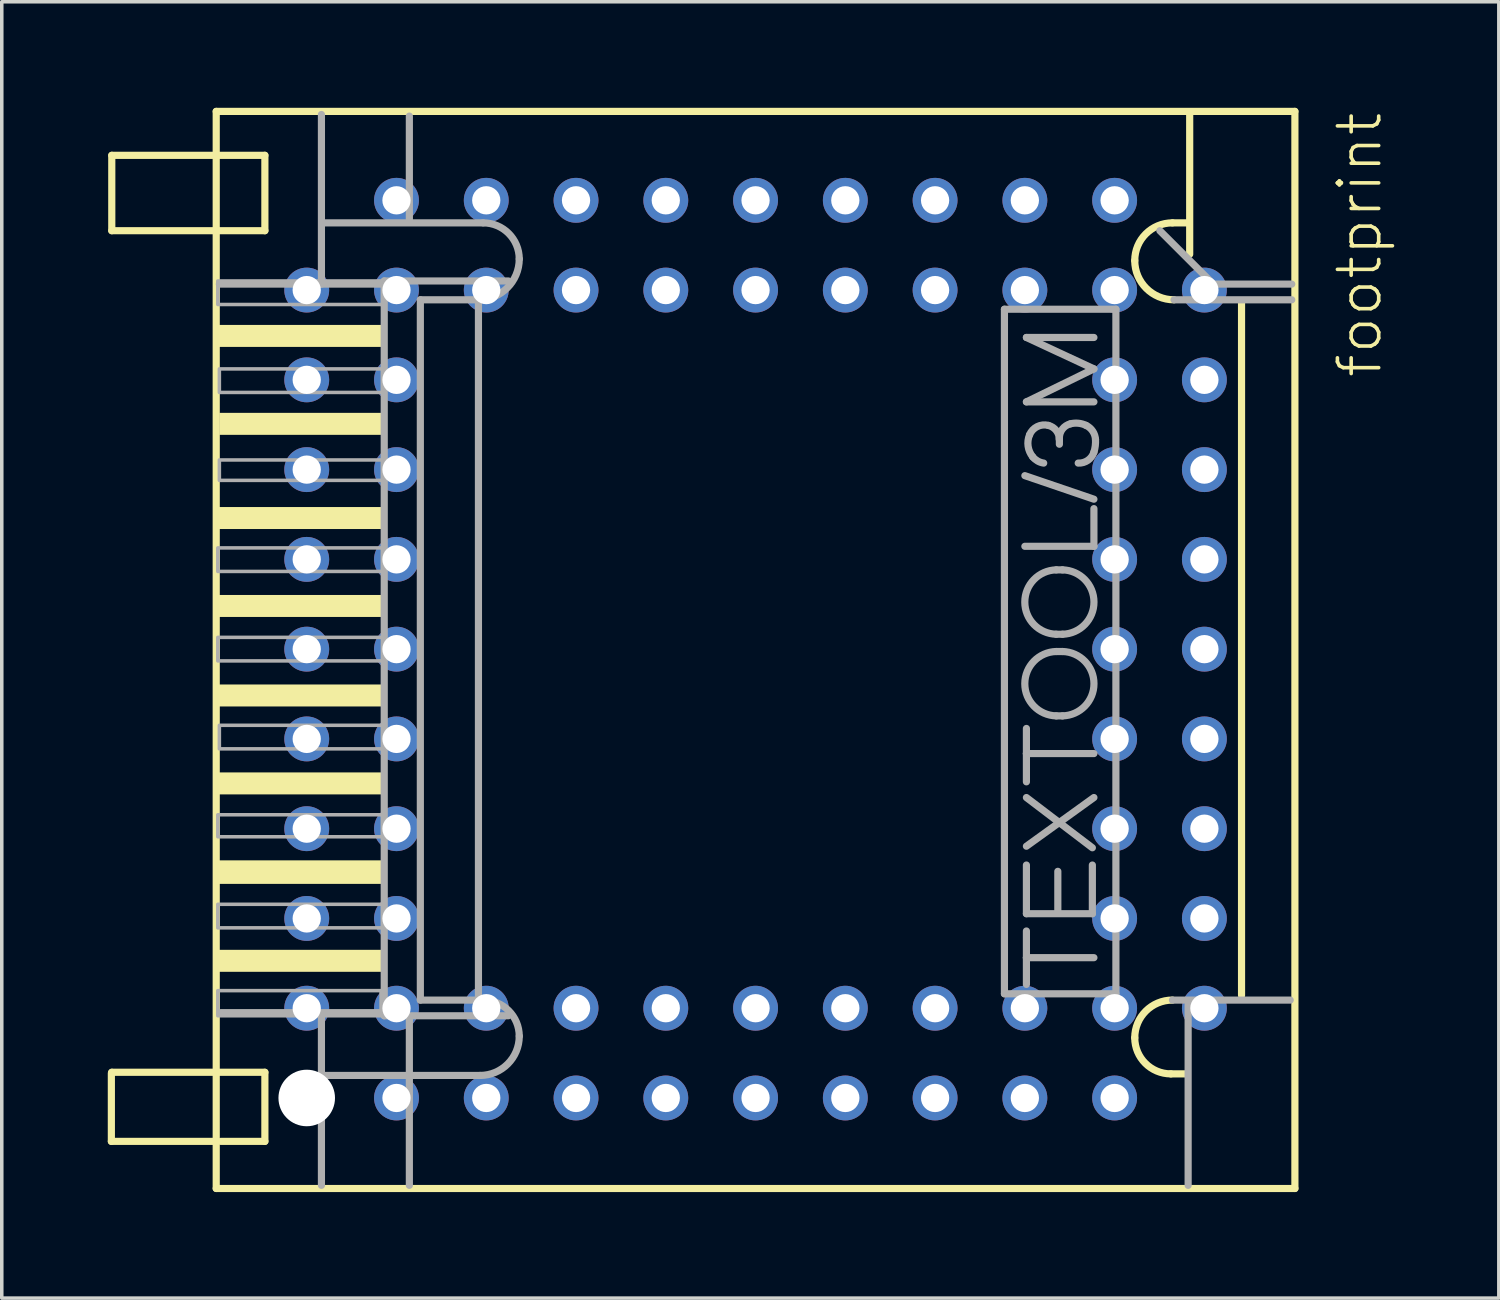
<source format=kicad_pcb>
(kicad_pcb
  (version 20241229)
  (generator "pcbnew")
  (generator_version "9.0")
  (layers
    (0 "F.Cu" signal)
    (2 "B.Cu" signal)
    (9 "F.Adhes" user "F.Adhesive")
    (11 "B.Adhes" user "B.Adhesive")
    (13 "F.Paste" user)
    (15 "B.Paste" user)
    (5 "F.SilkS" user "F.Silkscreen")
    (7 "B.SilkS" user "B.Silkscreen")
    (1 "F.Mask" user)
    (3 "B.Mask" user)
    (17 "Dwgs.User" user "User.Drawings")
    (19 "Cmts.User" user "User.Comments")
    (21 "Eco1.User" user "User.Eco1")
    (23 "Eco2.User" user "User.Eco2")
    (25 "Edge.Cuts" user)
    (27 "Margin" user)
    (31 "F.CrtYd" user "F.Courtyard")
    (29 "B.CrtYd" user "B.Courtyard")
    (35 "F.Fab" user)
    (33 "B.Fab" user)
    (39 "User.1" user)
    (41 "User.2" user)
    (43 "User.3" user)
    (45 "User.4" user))
  (footprint "footprint"
    (layer "F.Cu")
    (at 18.329 15.318)
    (property "Reference" "footprint" (at 17.78 -7.62 90) (layer "F.SilkS") (effects (font (size 1.168 1.168) (thickness 0.102)) (justify left bottom)))
    (fp_line (start -18.228 13.928) (end -18.228 12) (stroke (width 0.203) (type solid)) (layer "F.SilkS"))
    (fp_line (start -18.228 13.928) (end -15.334 13.928) (stroke (width 0.203) (type solid)) (layer "F.SilkS"))
    (fp_line (start -18.216 -11.84) (end -18.216 -13.973) (stroke (width 0.203) (type solid)) (layer "F.SilkS"))
    (fp_line (start -18.216 -11.84) (end -15.334 -11.84) (stroke (width 0.203) (type solid)) (layer "F.SilkS"))
    (fp_line (start -18.216 12) (end -18.216 11.973) (stroke (width 0.203) (type solid)) (layer "F.SilkS"))
    (fp_line (start -15.334 -13.973) (end -18.216 -13.973) (stroke (width 0.203) (type solid)) (layer "F.SilkS"))
    (fp_line (start -15.334 11.973) (end -18.216 11.973) (stroke (width 0.203) (type solid)) (layer "F.SilkS"))
    (fp_line (start -15.261 -15.216) (end 15.261 -15.216) (stroke (width 0.203) (type solid)) (layer "F.SilkS"))
    (fp_line (start -15.261 15.261) (end -15.261 -15.216) (stroke (width 0.203) (type solid)) (layer "F.SilkS"))
    (fp_line (start -15.216 -11.84) (end -13.884 -11.84) (stroke (width 0.203) (type solid)) (layer "F.SilkS"))
    (fp_line (start -15.128 13.928) (end -13.884 13.928) (stroke (width 0.203) (type solid)) (layer "F.SilkS"))
    (fp_line (start -13.884 -13.973) (end -15.216 -13.973) (stroke (width 0.203) (type solid)) (layer "F.SilkS"))
    (fp_line (start -13.884 -11.84) (end -13.884 -13.973) (stroke (width 0.203) (type solid)) (layer "F.SilkS"))
    (fp_line (start -13.884 11.973) (end -15.216 11.973) (stroke (width 0.203) (type solid)) (layer "F.SilkS"))
    (fp_line (start -13.884 13.928) (end -13.884 11.973) (stroke (width 0.203) (type solid)) (layer "F.SilkS"))
    (fp_line (start 11.751 12.018) (end 12.196 12.018) (stroke (width 0.203) (type solid)) (layer "F.SilkS"))
    (fp_line (start 11.796 -12.062) (end 12.24 -12.062) (stroke (width 0.203) (type solid)) (layer "F.SilkS"))
    (fp_line (start 12.284 -15.128) (end 12.284 -11.174) (stroke (width 0.203) (type solid)) (layer "F.SilkS"))
    (fp_line (start 13.751 -9.796) (end 13.751 9.796) (stroke (width 0.203) (type solid)) (layer "F.SilkS"))
    (fp_line (start 15.261 -15.216) (end 15.261 15.261) (stroke (width 0.203) (type solid)) (layer "F.SilkS"))
    (fp_line (start 15.261 15.261) (end -15.261 15.261) (stroke (width 0.203) (type solid)) (layer "F.SilkS"))
    (fp_arc (start 10.7295 -10.9958) (mid 11.041842 -11.749758) (end 11.795801 -12.062099) (stroke (width 0.2032) (type solid)) (layer "F.SilkS"))
    (fp_arc (start 10.7295 10.996098) (mid 11.041783 10.242082) (end 11.7958 9.9298) (stroke (width 0.2032) (type solid)) (layer "F.SilkS"))
    (fp_arc (start 11.7513 12.0179) (mid 11.028778 11.718622) (end 10.7295 10.9961) (stroke (width 0.2032) (type solid)) (layer "F.SilkS"))
    (fp_arc (start 11.8402 -9.8851) (mid 11.054788 -10.210386) (end 10.7295 -10.995798) (stroke (width 0.2032) (type solid)) (layer "F.SilkS"))
    (fp_poly (pts (xy -10.552 -8.552) (xy -10.552 -9.174) (xy -15.216 -9.174) (xy -15.216 -8.552)) (stroke (width 0) (type solid)) (fill yes) (layer "F.SilkS"))
    (fp_poly (pts (xy -10.552 -6.064) (xy -10.552 -6.686) (xy -15.172 -6.686) (xy -15.172 -6.064)) (stroke (width 0) (type solid)) (fill yes) (layer "F.SilkS"))
    (fp_poly (pts (xy -10.552 -0.911) (xy -10.552 -1.533) (xy -15.216 -1.533) (xy -15.216 -0.911)) (stroke (width 0) (type solid)) (fill yes) (layer "F.SilkS"))
    (fp_poly (pts (xy -10.552 4.11) (xy -10.552 3.488) (xy -15.216 3.488) (xy -15.216 4.11)) (stroke (width 0) (type solid)) (fill yes) (layer "F.SilkS"))
    (fp_poly (pts (xy -10.552 6.642) (xy -10.552 5.976) (xy -15.216 5.976) (xy -15.216 6.642)) (stroke (width 0) (type solid)) (fill yes) (layer "F.SilkS"))
    (fp_poly (pts (xy -10.552 9.13) (xy -10.552 8.508) (xy -15.216 8.508) (xy -15.216 9.13)) (stroke (width 0) (type solid)) (fill yes) (layer "F.SilkS"))
    (fp_poly (pts (xy -10.507 -3.399) (xy -10.507 -4.021) (xy -15.216 -4.021) (xy -15.216 -3.399)) (stroke (width 0) (type solid)) (fill yes) (layer "F.SilkS"))
    (fp_poly (pts (xy -10.507 1.622) (xy -10.507 1) (xy -15.216 1) (xy -15.216 1.622)) (stroke (width 0) (type solid)) (fill yes) (layer "F.SilkS"))
    (fp_line (start -12.284 -15.128) (end -12.284 -10.329) (stroke (width 0.203) (type solid)) (layer "F.Fab"))
    (fp_line (start -12.284 15.172) (end -12.284 10.33) (stroke (width 0.203) (type solid)) (layer "F.Fab"))
    (fp_line (start -12.24 12.062) (end -7.797 12.062) (stroke (width 0.203) (type solid)) (layer "F.Fab"))
    (fp_line (start -10.596 -10.329) (end -15.172 -10.329) (stroke (width 0.203) (type solid)) (layer "F.Fab"))
    (fp_line (start -10.596 10.285) (end -15.128 10.285) (stroke (width 0.203) (type solid)) (layer "F.Fab"))
    (fp_line (start -10.507 -10.418) (end -10.507 10.374) (stroke (width 0.203) (type solid)) (layer "F.Fab"))
    (fp_line (start -10.507 10.374) (end -6.997 10.374) (stroke (width 0.203) (type solid)) (layer "F.Fab"))
    (fp_line (start -9.796 -12.151) (end -9.796 -15.083) (stroke (width 0.203) (type solid)) (layer "F.Fab"))
    (fp_line (start -9.796 15.172) (end -9.796 10.418) (stroke (width 0.203) (type solid)) (layer "F.Fab"))
    (fp_line (start -9.485 -9.885) (end -7.841 -9.885) (stroke (width 0.203) (type solid)) (layer "F.Fab"))
    (fp_line (start -9.485 9.93) (end -9.485 -9.885) (stroke (width 0.203) (type solid)) (layer "F.Fab"))
    (fp_line (start -7.841 9.841) (end -7.841 -9.796) (stroke (width 0.203) (type solid)) (layer "F.Fab"))
    (fp_line (start -7.708 -12.062) (end -12.195 -12.062) (stroke (width 0.203) (type solid)) (layer "F.Fab"))
    (fp_line (start -7.708 9.93) (end -9.485 9.93) (stroke (width 0.203) (type solid)) (layer "F.Fab"))
    (fp_line (start -6.997 -10.418) (end -10.507 -10.418) (stroke (width 0.203) (type solid)) (layer "F.Fab"))
    (fp_line (start 7.042 -9.618) (end 10.196 -9.618) (stroke (width 0.203) (type solid)) (layer "F.Fab"))
    (fp_line (start 7.042 9.752) (end 7.042 -9.618) (stroke (width 0.203) (type solid)) (layer "F.Fab"))
    (fp_line (start 7.62 -2.91) (end 9.574 -2.91) (stroke (width 0.203) (type solid)) (layer "F.Fab"))
    (fp_line (start 7.664 -8.819) (end 9.574 -8.819) (stroke (width 0.203) (type solid)) (layer "F.Fab"))
    (fp_line (start 7.664 -6.997) (end 9.574 -7.93) (stroke (width 0.203) (type solid)) (layer "F.Fab"))
    (fp_line (start 7.664 2.955) (end 7.664 2.244) (stroke (width 0.203) (type solid)) (layer "F.Fab"))
    (fp_line (start 7.664 2.955) (end 9.574 2.955) (stroke (width 0.203) (type solid)) (layer "F.Fab"))
    (fp_line (start 7.664 3.754) (end 7.664 2.955) (stroke (width 0.203) (type solid)) (layer "F.Fab"))
    (fp_line (start 7.664 4.199) (end 9.53 5.62) (stroke (width 0.203) (type solid)) (layer "F.Fab"))
    (fp_line (start 7.664 5.576) (end 9.574 4.199) (stroke (width 0.203) (type solid)) (layer "F.Fab"))
    (fp_line (start 7.664 6.109) (end 7.664 7.486) (stroke (width 0.203) (type solid)) (layer "F.Fab"))
    (fp_line (start 7.664 7.486) (end 9.53 7.486) (stroke (width 0.203) (type solid)) (layer "F.Fab"))
    (fp_line (start 7.664 8.73) (end 7.664 7.975) (stroke (width 0.203) (type solid)) (layer "F.Fab"))
    (fp_line (start 7.664 8.73) (end 9.574 8.73) (stroke (width 0.203) (type solid)) (layer "F.Fab"))
    (fp_line (start 7.664 9.486) (end 7.664 8.73) (stroke (width 0.203) (type solid)) (layer "F.Fab"))
    (fp_line (start 8.508 -2.243) (end 8.686 -2.243) (stroke (width 0.203) (type solid)) (layer "F.Fab"))
    (fp_line (start 8.508 0.067) (end 8.686 0.067) (stroke (width 0.203) (type solid)) (layer "F.Fab"))
    (fp_line (start 8.553 7.397) (end 8.553 6.287) (stroke (width 0.203) (type solid)) (layer "F.Fab"))
    (fp_line (start 8.597 -5.931) (end 8.597 -5.975) (stroke (width 0.203) (type solid)) (layer "F.Fab"))
    (fp_line (start 8.597 -5.798) (end 8.597 -5.931) (stroke (width 0.203) (type solid)) (layer "F.Fab"))
    (fp_line (start 8.686 -0.422) (end 8.508 -0.422) (stroke (width 0.203) (type solid)) (layer "F.Fab"))
    (fp_line (start 8.686 1.888) (end 8.508 1.888) (stroke (width 0.203) (type solid)) (layer "F.Fab"))
    (fp_line (start 9.53 7.486) (end 9.53 6.109) (stroke (width 0.203) (type solid)) (layer "F.Fab"))
    (fp_line (start 9.574 -7.93) (end 7.664 -8.819) (stroke (width 0.203) (type solid)) (layer "F.Fab"))
    (fp_line (start 9.574 -6.997) (end 7.664 -6.997) (stroke (width 0.203) (type solid)) (layer "F.Fab"))
    (fp_line (start 9.574 -4.243) (end 7.62 -4.909) (stroke (width 0.203) (type solid)) (layer "F.Fab"))
    (fp_line (start 9.574 -2.91) (end 9.574 -3.976) (stroke (width 0.203) (type solid)) (layer "F.Fab"))
    (fp_line (start 10.196 -9.618) (end 10.196 9.752) (stroke (width 0.203) (type solid)) (layer "F.Fab"))
    (fp_line (start 10.196 9.752) (end 7.042 9.752) (stroke (width 0.203) (type solid)) (layer "F.Fab"))
    (fp_line (start 12.24 15.172) (end 12.24 10.063) (stroke (width 0.203) (type solid)) (layer "F.Fab"))
    (fp_line (start 12.951 -10.329) (end 11.44 -11.84) (stroke (width 0.203) (type solid)) (layer "F.Fab"))
    (fp_line (start 15.128 9.93) (end 11.796 9.93) (stroke (width 0.203) (type solid)) (layer "F.Fab"))
    (fp_line (start 15.172 -10.329) (end 12.951 -10.329) (stroke (width 0.203) (type solid)) (layer "F.Fab"))
    (fp_line (start 15.172 -9.885) (end 11.84 -9.885) (stroke (width 0.203) (type solid)) (layer "F.Fab"))
    (fp_arc (start -7.708199 -12.062099) (mid -6.985637 -11.762762) (end -6.6863 -11.0402) (stroke (width 0.2032) (type solid)) (layer "F.Fab"))
    (fp_arc (start -7.7081 9.9298) (mid -6.985578 10.229078) (end -6.6863 10.9516) (stroke (width 0.2032) (type solid)) (layer "F.Fab"))
    (fp_arc (start -6.6863 -11.0402) (mid -7.024621 -10.223421) (end -7.8414 -9.8851) (stroke (width 0.2032) (type solid)) (layer "F.Fab"))
    (fp_arc (start -6.686299 10.951601) (mid -7.011645 11.736955) (end -7.797 12.0623) (stroke (width 0.2032) (type solid)) (layer "F.Fab"))
    (fp_arc (start 7.752798 -6.0643) (mid 7.969739 -6.296803) (end 8.2859 -6.3309) (stroke (width 0.2032) (type solid)) (layer "F.Fab"))
    (fp_arc (start 7.8417 -5.4423) (mid 7.711705 -5.741073) (end 7.7528 -6.0643) (stroke (width 0.2032) (type solid)) (layer "F.Fab"))
    (fp_arc (start 8.152699 -5.2646) (mid 7.980421 -5.324086) (end 7.8417 -5.4423) (stroke (width 0.2032) (type solid)) (layer "F.Fab"))
    (fp_arc (start 8.285899 -6.330901) (mid 8.510042 -6.184333) (end 8.5969 -5.931) (stroke (width 0.2032) (type solid)) (layer "F.Fab"))
    (fp_arc (start 8.5081 -0.4219) (mid 7.619278 -1.332649) (end 8.508098 -2.2434) (stroke (width 0.2032) (type solid)) (layer "F.Fab"))
    (fp_arc (start 8.5081 1.8883) (mid 7.619278 0.977551) (end 8.508098 0.0668) (stroke (width 0.2032) (type solid)) (layer "F.Fab"))
    (fp_arc (start 8.5969 -5.9754) (mid 8.683758 -6.228732) (end 8.9079 -6.3753) (stroke (width 0.2032) (type solid)) (layer "F.Fab"))
    (fp_arc (start 8.6858 -2.2434) (mid 9.574621 -1.33265) (end 8.6858 -0.4219) (stroke (width 0.2032) (type solid)) (layer "F.Fab"))
    (fp_arc (start 8.6858 0.0668) (mid 9.574621 0.97755) (end 8.6858 1.8883) (stroke (width 0.2032) (type solid)) (layer "F.Fab"))
    (fp_arc (start 8.9079 -6.3753) (mid 9.133953 -6.392148) (end 9.352201 -6.3309) (stroke (width 0.2032) (type solid)) (layer "F.Fab"))
    (fp_arc (start 9.3522 -6.3309) (mid 9.540326 -6.1675) (end 9.6188 -5.930999) (stroke (width 0.2032) (type solid)) (layer "F.Fab"))
    (fp_arc (start 9.5744 -5.5756) (mid 9.405401 -5.344168) (end 9.1301 -5.2646) (stroke (width 0.2032) (type solid)) (layer "F.Fab"))
    (fp_arc (start 9.6188 -5.931) (mid 9.612408 -5.751325) (end 9.5744 -5.5756) (stroke (width 0.2032) (type solid)) (layer "F.Fab"))
    (fp_poly (pts (xy -10.596 10.374) (xy -10.596 9.663) (xy -15.216 9.663) (xy -15.216 10.374)) (stroke (width 0.1) (type solid)) (fill no) (layer "F.Fab"))
    (fp_poly (pts (xy -10.552 -9.752) (xy -10.552 -10.418) (xy -15.216 -10.418) (xy -15.216 -9.752)) (stroke (width 0.1) (type solid)) (fill no) (layer "F.Fab"))
    (fp_poly (pts (xy -10.552 -7.264) (xy -10.552 -7.93) (xy -15.172 -7.93) (xy -15.172 -7.264)) (stroke (width 0.1) (type solid)) (fill no) (layer "F.Fab"))
    (fp_poly (pts (xy -10.552 -4.776) (xy -10.552 -5.353) (xy -15.172 -5.353) (xy -15.172 -4.776)) (stroke (width 0.1) (type solid)) (fill no) (layer "F.Fab"))
    (fp_poly (pts (xy -10.552 -2.199) (xy -10.552 -2.865) (xy -15.216 -2.865) (xy -15.216 -2.199)) (stroke (width 0.1) (type solid)) (fill no) (layer "F.Fab"))
    (fp_poly (pts (xy -10.552 5.309) (xy -10.552 4.687) (xy -15.216 4.687) (xy -15.216 5.309)) (stroke (width 0.1) (type solid)) (fill no) (layer "F.Fab"))
    (fp_poly (pts (xy -10.552 7.886) (xy -10.552 7.22) (xy -15.216 7.22) (xy -15.216 7.886)) (stroke (width 0.1) (type solid)) (fill no) (layer "F.Fab"))
    (fp_poly (pts (xy -10.507 0.333) (xy -10.507 -0.333) (xy -15.216 -0.333) (xy -15.216 0.333)) (stroke (width 0.1) (type solid)) (fill no) (layer "F.Fab"))
    (fp_poly (pts (xy -10.507 2.821) (xy -10.507 2.155) (xy -15.172 2.155) (xy -15.172 2.821)) (stroke (width 0.1) (type solid)) (fill no) (layer "F.Fab"))
    (pad "" np_thru_hole circle (at -12.7 12.7) (size 1.6 1.6) (drill 1.6) (layers "*.Cu" "*.Mask"))
    (pad "1" thru_hole circle (at 10.16 -12.7) (size 1.27 1.27) (drill 0.8) (layers "*.Cu" "*.Mask"))
    (pad "2" thru_hole circle (at 10.16 -10.16) (size 1.27 1.27) (drill 0.8) (layers "*.Cu" "*.Mask"))
    (pad "3" thru_hole circle (at 7.62 -12.7) (size 1.27 1.27) (drill 0.8) (layers "*.Cu" "*.Mask"))
    (pad "4" thru_hole circle (at 7.62 -10.16) (size 1.27 1.27) (drill 0.8) (layers "*.Cu" "*.Mask"))
    (pad "5" thru_hole circle (at 5.08 -12.7) (size 1.27 1.27) (drill 0.8) (layers "*.Cu" "*.Mask"))
    (pad "6" thru_hole circle (at 5.08 -10.16) (size 1.27 1.27) (drill 0.8) (layers "*.Cu" "*.Mask"))
    (pad "7" thru_hole circle (at 2.54 -12.7) (size 1.27 1.27) (drill 0.8) (layers "*.Cu" "*.Mask"))
    (pad "8" thru_hole circle (at 2.54 -10.16) (size 1.27 1.27) (drill 0.8) (layers "*.Cu" "*.Mask"))
    (pad "9" thru_hole circle (at 0 -12.7) (size 1.27 1.27) (drill 0.8) (layers "*.Cu" "*.Mask"))
    (pad "10" thru_hole circle (at 0 -10.16) (size 1.27 1.27) (drill 0.8) (layers "*.Cu" "*.Mask"))
    (pad "11" thru_hole circle (at -2.54 -12.7) (size 1.27 1.27) (drill 0.8) (layers "*.Cu" "*.Mask"))
    (pad "12" thru_hole circle (at -2.54 -10.16) (size 1.27 1.27) (drill 0.8) (layers "*.Cu" "*.Mask"))
    (pad "13" thru_hole circle (at -5.08 -12.7) (size 1.27 1.27) (drill 0.8) (layers "*.Cu" "*.Mask"))
    (pad "14" thru_hole circle (at -5.08 -10.16) (size 1.27 1.27) (drill 0.8) (layers "*.Cu" "*.Mask"))
    (pad "15" thru_hole circle (at -7.62 -12.7) (size 1.27 1.27) (drill 0.8) (layers "*.Cu" "*.Mask"))
    (pad "16" thru_hole circle (at -7.62 -10.16) (size 1.27 1.27) (drill 0.8) (layers "*.Cu" "*.Mask"))
    (pad "17" thru_hole circle (at -10.16 -12.7) (size 1.27 1.27) (drill 0.8) (layers "*.Cu" "*.Mask"))
    (pad "18" thru_hole circle (at -12.7 -10.16) (size 1.27 1.27) (drill 0.8) (layers "*.Cu" "*.Mask"))
    (pad "19" thru_hole circle (at -10.16 -10.16) (size 1.27 1.27) (drill 0.8) (layers "*.Cu" "*.Mask"))
    (pad "20" thru_hole circle (at -12.7 -7.62) (size 1.27 1.27) (drill 0.8) (layers "*.Cu" "*.Mask"))
    (pad "21" thru_hole circle (at -10.16 -7.62) (size 1.27 1.27) (drill 0.8) (layers "*.Cu" "*.Mask"))
    (pad "22" thru_hole circle (at -12.7 -5.08) (size 1.27 1.27) (drill 0.8) (layers "*.Cu" "*.Mask"))
    (pad "23" thru_hole circle (at -10.16 -5.08) (size 1.27 1.27) (drill 0.8) (layers "*.Cu" "*.Mask"))
    (pad "24" thru_hole circle (at -12.7 -2.54) (size 1.27 1.27) (drill 0.8) (layers "*.Cu" "*.Mask"))
    (pad "25" thru_hole circle (at -10.16 -2.54) (size 1.27 1.27) (drill 0.8) (layers "*.Cu" "*.Mask"))
    (pad "26" thru_hole circle (at -12.7 0) (size 1.27 1.27) (drill 0.8) (layers "*.Cu" "*.Mask"))
    (pad "27" thru_hole circle (at -10.16 0) (size 1.27 1.27) (drill 0.8) (layers "*.Cu" "*.Mask"))
    (pad "28" thru_hole circle (at -12.7 2.54) (size 1.27 1.27) (drill 0.8) (layers "*.Cu" "*.Mask"))
    (pad "29" thru_hole circle (at -10.16 2.54) (size 1.27 1.27) (drill 0.8) (layers "*.Cu" "*.Mask"))
    (pad "30" thru_hole circle (at -12.7 5.08) (size 1.27 1.27) (drill 0.8) (layers "*.Cu" "*.Mask"))
    (pad "31" thru_hole circle (at -10.16 5.08) (size 1.27 1.27) (drill 0.8) (layers "*.Cu" "*.Mask"))
    (pad "32" thru_hole circle (at -12.7 7.62) (size 1.27 1.27) (drill 0.8) (layers "*.Cu" "*.Mask"))
    (pad "33" thru_hole circle (at -10.16 7.62) (size 1.27 1.27) (drill 0.8) (layers "*.Cu" "*.Mask"))
    (pad "34" thru_hole circle (at -12.7 10.16) (size 1.27 1.27) (drill 0.8) (layers "*.Cu" "*.Mask"))
    (pad "35" thru_hole circle (at -10.16 12.7) (size 1.27 1.27) (drill 0.8) (layers "*.Cu" "*.Mask"))
    (pad "36" thru_hole circle (at -10.16 10.16) (size 1.27 1.27) (drill 0.8) (layers "*.Cu" "*.Mask"))
    (pad "37" thru_hole circle (at -7.62 12.7) (size 1.27 1.27) (drill 0.8) (layers "*.Cu" "*.Mask"))
    (pad "38" thru_hole circle (at -7.62 10.16) (size 1.27 1.27) (drill 0.8) (layers "*.Cu" "*.Mask"))
    (pad "39" thru_hole circle (at -5.08 12.7) (size 1.27 1.27) (drill 0.8) (layers "*.Cu" "*.Mask"))
    (pad "40" thru_hole circle (at -5.08 10.16) (size 1.27 1.27) (drill 0.8) (layers "*.Cu" "*.Mask"))
    (pad "41" thru_hole circle (at -2.54 12.7) (size 1.27 1.27) (drill 0.8) (layers "*.Cu" "*.Mask"))
    (pad "42" thru_hole circle (at -2.54 10.16) (size 1.27 1.27) (drill 0.8) (layers "*.Cu" "*.Mask"))
    (pad "43" thru_hole circle (at 0 12.7) (size 1.27 1.27) (drill 0.8) (layers "*.Cu" "*.Mask"))
    (pad "44" thru_hole circle (at 0 10.16) (size 1.27 1.27) (drill 0.8) (layers "*.Cu" "*.Mask"))
    (pad "45" thru_hole circle (at 2.54 12.7) (size 1.27 1.27) (drill 0.8) (layers "*.Cu" "*.Mask"))
    (pad "46" thru_hole circle (at 2.54 10.16) (size 1.27 1.27) (drill 0.8) (layers "*.Cu" "*.Mask"))
    (pad "47" thru_hole circle (at 5.08 12.7) (size 1.27 1.27) (drill 0.8) (layers "*.Cu" "*.Mask"))
    (pad "48" thru_hole circle (at 5.08 10.16) (size 1.27 1.27) (drill 0.8) (layers "*.Cu" "*.Mask"))
    (pad "49" thru_hole circle (at 7.62 12.7) (size 1.27 1.27) (drill 0.8) (layers "*.Cu" "*.Mask"))
    (pad "50" thru_hole circle (at 7.62 10.16) (size 1.27 1.27) (drill 0.8) (layers "*.Cu" "*.Mask"))
    (pad "51" thru_hole circle (at 10.16 12.7) (size 1.27 1.27) (drill 0.8) (layers "*.Cu" "*.Mask"))
    (pad "52" thru_hole circle (at 12.7 10.16) (size 1.27 1.27) (drill 0.8) (layers "*.Cu" "*.Mask"))
    (pad "53" thru_hole circle (at 10.16 10.16) (size 1.27 1.27) (drill 0.8) (layers "*.Cu" "*.Mask"))
    (pad "54" thru_hole circle (at 12.7 7.62) (size 1.27 1.27) (drill 0.8) (layers "*.Cu" "*.Mask"))
    (pad "55" thru_hole circle (at 10.16 7.62) (size 1.27 1.27) (drill 0.8) (layers "*.Cu" "*.Mask"))
    (pad "56" thru_hole circle (at 12.7 5.08) (size 1.27 1.27) (drill 0.8) (layers "*.Cu" "*.Mask"))
    (pad "57" thru_hole circle (at 10.16 5.08) (size 1.27 1.27) (drill 0.8) (layers "*.Cu" "*.Mask"))
    (pad "58" thru_hole circle (at 12.7 2.54) (size 1.27 1.27) (drill 0.8) (layers "*.Cu" "*.Mask"))
    (pad "59" thru_hole circle (at 10.16 2.54) (size 1.27 1.27) (drill 0.8) (layers "*.Cu" "*.Mask"))
    (pad "60" thru_hole circle (at 12.7 0) (size 1.27 1.27) (drill 0.8) (layers "*.Cu" "*.Mask"))
    (pad "61" thru_hole circle (at 10.16 0) (size 1.27 1.27) (drill 0.8) (layers "*.Cu" "*.Mask"))
    (pad "62" thru_hole circle (at 12.7 -2.54) (size 1.27 1.27) (drill 0.8) (layers "*.Cu" "*.Mask"))
    (pad "63" thru_hole circle (at 10.16 -2.54) (size 1.27 1.27) (drill 0.8) (layers "*.Cu" "*.Mask"))
    (pad "64" thru_hole circle (at 12.7 -5.08) (size 1.27 1.27) (drill 0.8) (layers "*.Cu" "*.Mask"))
    (pad "65" thru_hole circle (at 10.16 -5.08) (size 1.27 1.27) (drill 0.8) (layers "*.Cu" "*.Mask"))
    (pad "66" thru_hole circle (at 12.7 -7.62) (size 1.27 1.27) (drill 0.8) (layers "*.Cu" "*.Mask"))
    (pad "67" thru_hole circle (at 10.16 -7.62) (size 1.27 1.27) (drill 0.8) (layers "*.Cu" "*.Mask"))
    (pad "68" thru_hole circle (at 12.7 -10.16) (size 1.27 1.27) (drill 0.8) (layers "*.Cu" "*.Mask")))
  (gr_rect
    (start -3 -3)
    (end 39.36 33.681)
    (stroke (width 0.1) (type default))
    (fill no)
    (layer "Edge.Cuts")))
</source>
